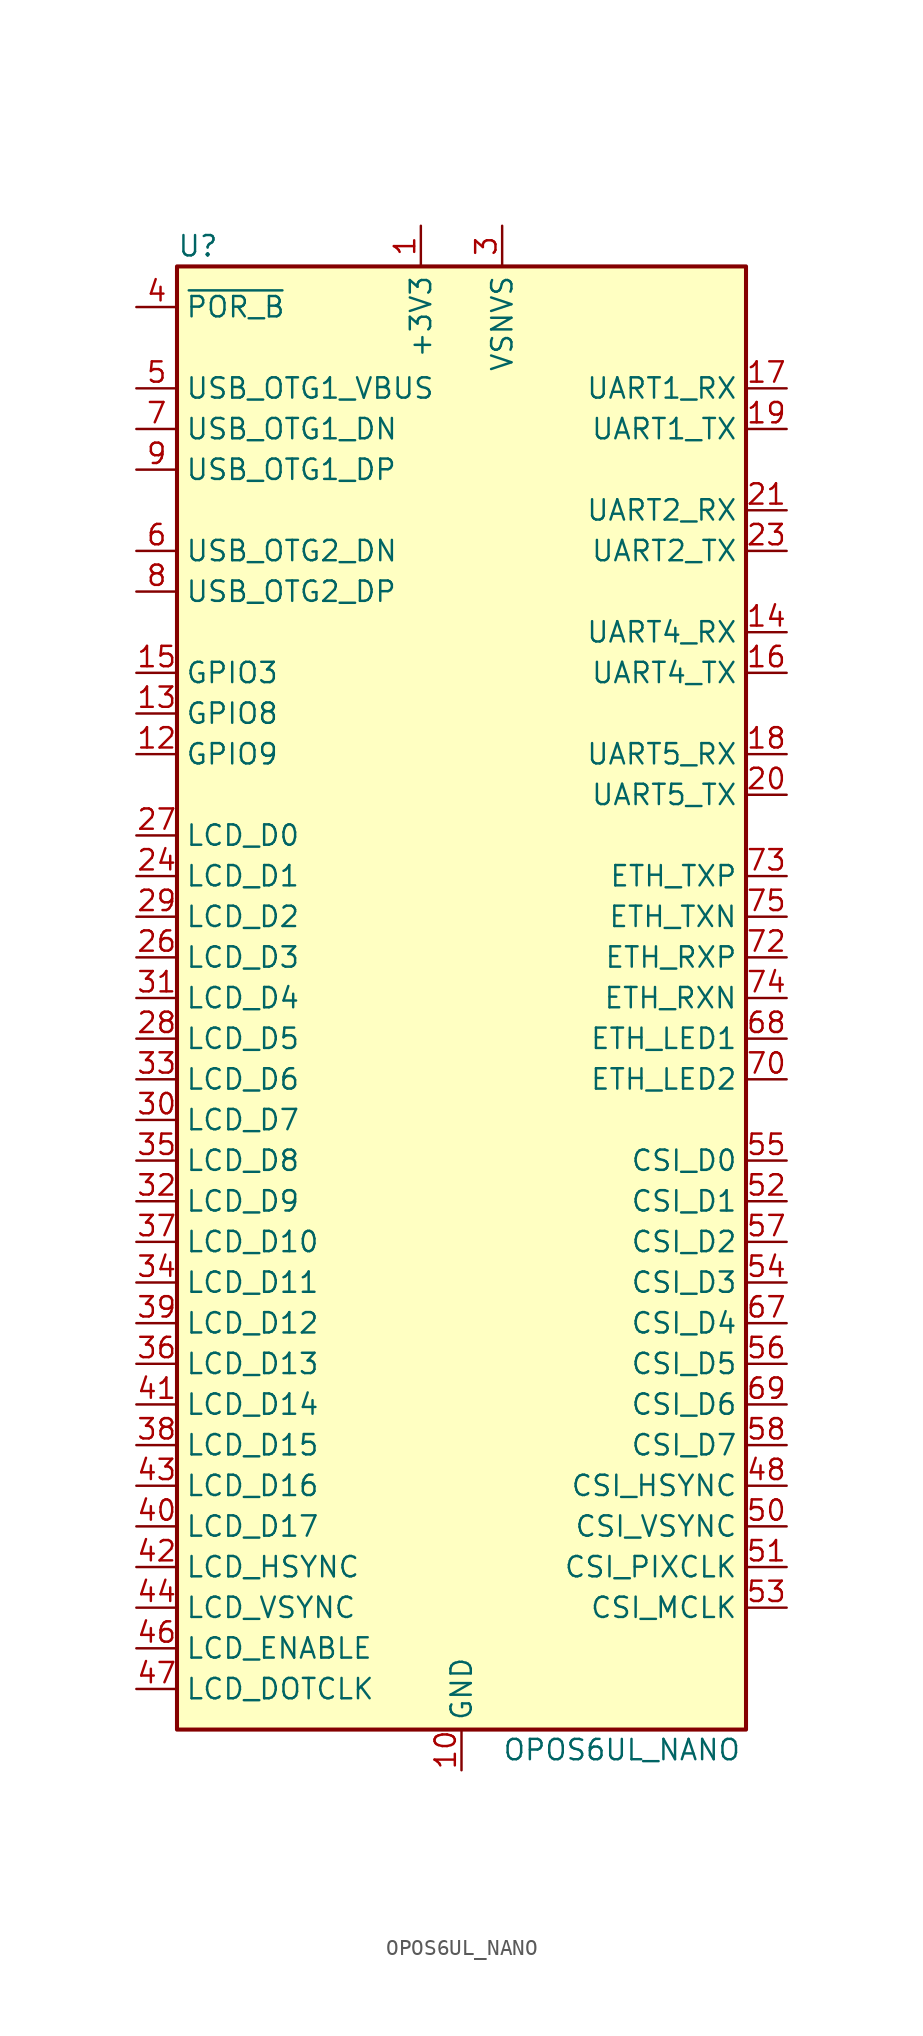
<source format=kicad_sym>
(kicad_symbol_lib
  (version 20241209)
  (generator "kicad_symbol_editor")
  (generator_version "9.0")
  (symbol "OPOS6UL_NANO"
    (property "Reference" "U"
      (at -17.78 46.99 0)
      (effects (font (size 1.27 1.27)) (justify left)))
    (property "Value" "OPOS6UL_NANO"
      (at 2.54 -46.99 0)
      (effects (font (size 1.27 1.27)) (justify left)))
    (symbol "OPOS6UL_NANO_0_1"
      (rectangle (start -17.78 45.72) (end 17.78 -45.72) (stroke (width 0.254) (type default)) (fill (type background))))
    (symbol "OPOS6UL_NANO_1_1"
      (pin input line (at -20.32 43.18 0) (length 2.54) (name "~{POR_B}" (effects (font (size 1.27 1.27)))) (number "4" (effects (font (size 1.27 1.27)))))
      (pin power_in line (at -20.32 38.1 0) (length 2.54) (name "USB_OTG1_VBUS" (effects (font (size 1.27 1.27)))) (number "5" (effects (font (size 1.27 1.27)))))
      (pin bidirectional line (at -20.32 35.56 0) (length 2.54) (name "USB_OTG1_DN" (effects (font (size 1.27 1.27)))) (number "7" (effects (font (size 1.27 1.27)))))
      (pin bidirectional line (at -20.32 33.02 0) (length 2.54) (name "USB_OTG1_DP" (effects (font (size 1.27 1.27)))) (number "9" (effects (font (size 1.27 1.27)))))
      (pin bidirectional line (at -20.32 27.94 0) (length 2.54) (name "USB_OTG2_DN" (effects (font (size 1.27 1.27)))) (number "6" (effects (font (size 1.27 1.27)))))
      (pin bidirectional line (at -20.32 25.4 0) (length 2.54) (name "USB_OTG2_DP" (effects (font (size 1.27 1.27)))) (number "8" (effects (font (size 1.27 1.27)))))
      (pin bidirectional line (at -20.32 20.32 0) (length 2.54) (name "GPIO3" (effects (font (size 1.27 1.27)))) (number "15" (effects (font (size 1.27 1.27)))))
      (pin bidirectional line (at -20.32 17.78 0) (length 2.54) (name "GPIO8" (effects (font (size 1.27 1.27)))) (number "13" (effects (font (size 1.27 1.27)))))
      (pin bidirectional line (at -20.32 15.24 0) (length 2.54) (name "GPIO9" (effects (font (size 1.27 1.27)))) (number "12" (effects (font (size 1.27 1.27)))))
      (pin bidirectional line (at -20.32 10.16 0) (length 2.54) (name "LCD_D0" (effects (font (size 1.27 1.27)))) (number "27" (effects (font (size 1.27 1.27)))))
      (pin bidirectional line (at -20.32 7.62 0) (length 2.54) (name "LCD_D1" (effects (font (size 1.27 1.27)))) (number "24" (effects (font (size 1.27 1.27)))))
      (pin bidirectional line (at -20.32 5.08 0) (length 2.54) (name "LCD_D2" (effects (font (size 1.27 1.27)))) (number "29" (effects (font (size 1.27 1.27)))))
      (pin bidirectional line (at -20.32 2.54 0) (length 2.54) (name "LCD_D3" (effects (font (size 1.27 1.27)))) (number "26" (effects (font (size 1.27 1.27)))))
      (pin bidirectional line (at -20.32 0 0) (length 2.54) (name "LCD_D4" (effects (font (size 1.27 1.27)))) (number "31" (effects (font (size 1.27 1.27)))))
      (pin bidirectional line (at -20.32 -2.54 0) (length 2.54) (name "LCD_D5" (effects (font (size 1.27 1.27)))) (number "28" (effects (font (size 1.27 1.27)))))
      (pin bidirectional line (at -20.32 -5.08 0) (length 2.54) (name "LCD_D6" (effects (font (size 1.27 1.27)))) (number "33" (effects (font (size 1.27 1.27)))))
      (pin bidirectional line (at -20.32 -7.62 0) (length 2.54) (name "LCD_D7" (effects (font (size 1.27 1.27)))) (number "30" (effects (font (size 1.27 1.27)))))
      (pin bidirectional line (at -20.32 -10.16 0) (length 2.54) (name "LCD_D8" (effects (font (size 1.27 1.27)))) (number "35" (effects (font (size 1.27 1.27)))))
      (pin bidirectional line (at -20.32 -12.7 0) (length 2.54) (name "LCD_D9" (effects (font (size 1.27 1.27)))) (number "32" (effects (font (size 1.27 1.27)))))
      (pin bidirectional line (at -20.32 -15.24 0) (length 2.54) (name "LCD_D10" (effects (font (size 1.27 1.27)))) (number "37" (effects (font (size 1.27 1.27)))))
      (pin bidirectional line (at -20.32 -17.78 0) (length 2.54) (name "LCD_D11" (effects (font (size 1.27 1.27)))) (number "34" (effects (font (size 1.27 1.27)))))
      (pin bidirectional line (at -20.32 -20.32 0) (length 2.54) (name "LCD_D12" (effects (font (size 1.27 1.27)))) (number "39" (effects (font (size 1.27 1.27)))))
      (pin bidirectional line (at -20.32 -22.86 0) (length 2.54) (name "LCD_D13" (effects (font (size 1.27 1.27)))) (number "36" (effects (font (size 1.27 1.27)))))
      (pin bidirectional line (at -20.32 -25.4 0) (length 2.54) (name "LCD_D14" (effects (font (size 1.27 1.27)))) (number "41" (effects (font (size 1.27 1.27)))))
      (pin bidirectional line (at -20.32 -27.94 0) (length 2.54) (name "LCD_D15" (effects (font (size 1.27 1.27)))) (number "38" (effects (font (size 1.27 1.27)))))
      (pin bidirectional line (at -20.32 -30.48 0) (length 2.54) (name "LCD_D16" (effects (font (size 1.27 1.27)))) (number "43" (effects (font (size 1.27 1.27)))))
      (pin bidirectional line (at -20.32 -33.02 0) (length 2.54) (name "LCD_D17" (effects (font (size 1.27 1.27)))) (number "40" (effects (font (size 1.27 1.27)))))
      (pin bidirectional line (at -20.32 -35.56 0) (length 2.54) (name "LCD_HSYNC" (effects (font (size 1.27 1.27)))) (number "42" (effects (font (size 1.27 1.27)))))
      (pin bidirectional line (at -20.32 -38.1 0) (length 2.54) (name "LCD_VSYNC" (effects (font (size 1.27 1.27)))) (number "44" (effects (font (size 1.27 1.27)))))
      (pin bidirectional line (at -20.32 -40.64 0) (length 2.54) (name "LCD_ENABLE" (effects (font (size 1.27 1.27)))) (number "46" (effects (font (size 1.27 1.27)))))
      (pin bidirectional line (at -20.32 -43.18 0) (length 2.54) (name "LCD_DOTCLK" (effects (font (size 1.27 1.27)))) (number "47" (effects (font (size 1.27 1.27)))))
      (pin power_in line (at -2.54 48.26 270) (length 2.54) (name "+3V3" (effects (font (size 1.27 1.27)))) (number "1" (effects (font (size 1.27 1.27)))))
      (pin passive line (at -2.54 48.26 270) (length 2.54) (hide yes) (name "+3V3" (effects (font (size 1.27 1.27)))) (number "2" (effects (font (size 1.27 1.27)))))
      (pin power_in line (at 0 -48.26 90) (length 2.54) (name "GND" (effects (font (size 1.27 1.27)))) (number "10" (effects (font (size 1.27 1.27)))))
      (pin passive line (at 0 -48.26 90) (length 2.54) (hide yes) (name "GND" (effects (font (size 1.27 1.27)))) (number "11" (effects (font (size 1.27 1.27)))))
      (pin passive line (at 0 -48.26 90) (length 2.54) (hide yes) (name "GND" (effects (font (size 1.27 1.27)))) (number "22" (effects (font (size 1.27 1.27)))))
      (pin passive line (at 0 -48.26 90) (length 2.54) (hide yes) (name "GND" (effects (font (size 1.27 1.27)))) (number "25" (effects (font (size 1.27 1.27)))))
      (pin passive line (at 0 -48.26 90) (length 2.54) (hide yes) (name "GND" (effects (font (size 1.27 1.27)))) (number "45" (effects (font (size 1.27 1.27)))))
      (pin passive line (at 0 -48.26 90) (length 2.54) (hide yes) (name "GND" (effects (font (size 1.27 1.27)))) (number "49" (effects (font (size 1.27 1.27)))))
      (pin passive line (at 0 -48.26 90) (length 2.54) (hide yes) (name "GND" (effects (font (size 1.27 1.27)))) (number "71" (effects (font (size 1.27 1.27)))))
      (pin power_in line (at 2.54 48.26 270) (length 2.54) (name "VSNVS" (effects (font (size 1.27 1.27)))) (number "3" (effects (font (size 1.27 1.27)))))
      (pin bidirectional line (at 20.32 38.1 180) (length 2.54) (name "UART1_RX" (effects (font (size 1.27 1.27)))) (number "17" (effects (font (size 1.27 1.27)))))
      (pin bidirectional line (at 20.32 35.56 180) (length 2.54) (name "UART1_TX" (effects (font (size 1.27 1.27)))) (number "19" (effects (font (size 1.27 1.27)))))
      (pin bidirectional line (at 20.32 30.48 180) (length 2.54) (name "UART2_RX" (effects (font (size 1.27 1.27)))) (number "21" (effects (font (size 1.27 1.27)))))
      (pin bidirectional line (at 20.32 27.94 180) (length 2.54) (name "UART2_TX" (effects (font (size 1.27 1.27)))) (number "23" (effects (font (size 1.27 1.27)))))
      (pin bidirectional line (at 20.32 22.86 180) (length 2.54) (name "UART4_RX" (effects (font (size 1.27 1.27)))) (number "14" (effects (font (size 1.27 1.27)))))
      (pin bidirectional line (at 20.32 20.32 180) (length 2.54) (name "UART4_TX" (effects (font (size 1.27 1.27)))) (number "16" (effects (font (size 1.27 1.27)))))
      (pin bidirectional line (at 20.32 15.24 180) (length 2.54) (name "UART5_RX" (effects (font (size 1.27 1.27)))) (number "18" (effects (font (size 1.27 1.27)))))
      (pin bidirectional line (at 20.32 12.7 180) (length 2.54) (name "UART5_TX" (effects (font (size 1.27 1.27)))) (number "20" (effects (font (size 1.27 1.27)))))
      (pin output line (at 20.32 7.62 180) (length 2.54) (name "ETH_TXP" (effects (font (size 1.27 1.27)))) (number "73" (effects (font (size 1.27 1.27)))))
      (pin output line (at 20.32 5.08 180) (length 2.54) (name "ETH_TXN" (effects (font (size 1.27 1.27)))) (number "75" (effects (font (size 1.27 1.27)))))
      (pin input line (at 20.32 2.54 180) (length 2.54) (name "ETH_RXP" (effects (font (size 1.27 1.27)))) (number "72" (effects (font (size 1.27 1.27)))))
      (pin input line (at 20.32 0 180) (length 2.54) (name "ETH_RXN" (effects (font (size 1.27 1.27)))) (number "74" (effects (font (size 1.27 1.27)))))
      (pin output line (at 20.32 -2.54 180) (length 2.54) (name "ETH_LED1" (effects (font (size 1.27 1.27)))) (number "68" (effects (font (size 1.27 1.27)))))
      (pin output line (at 20.32 -5.08 180) (length 2.54) (name "ETH_LED2" (effects (font (size 1.27 1.27)))) (number "70" (effects (font (size 1.27 1.27)))))
      (pin bidirectional line (at 20.32 -10.16 180) (length 2.54) (name "CSI_D0" (effects (font (size 1.27 1.27)))) (number "55" (effects (font (size 1.27 1.27)))))
      (pin bidirectional line (at 20.32 -12.7 180) (length 2.54) (name "CSI_D1" (effects (font (size 1.27 1.27)))) (number "52" (effects (font (size 1.27 1.27)))))
      (pin bidirectional line (at 20.32 -15.24 180) (length 2.54) (name "CSI_D2" (effects (font (size 1.27 1.27)))) (number "57" (effects (font (size 1.27 1.27)))))
      (pin bidirectional line (at 20.32 -17.78 180) (length 2.54) (name "CSI_D3" (effects (font (size 1.27 1.27)))) (number "54" (effects (font (size 1.27 1.27)))))
      (pin bidirectional line (at 20.32 -20.32 180) (length 2.54) (name "CSI_D4" (effects (font (size 1.27 1.27)))) (number "67" (effects (font (size 1.27 1.27)))))
      (pin bidirectional line (at 20.32 -22.86 180) (length 2.54) (name "CSI_D5" (effects (font (size 1.27 1.27)))) (number "56" (effects (font (size 1.27 1.27)))))
      (pin bidirectional line (at 20.32 -25.4 180) (length 2.54) (name "CSI_D6" (effects (font (size 1.27 1.27)))) (number "69" (effects (font (size 1.27 1.27)))))
      (pin bidirectional line (at 20.32 -27.94 180) (length 2.54) (name "CSI_D7" (effects (font (size 1.27 1.27)))) (number "58" (effects (font (size 1.27 1.27)))))
      (pin bidirectional line (at 20.32 -30.48 180) (length 2.54) (name "CSI_HSYNC" (effects (font (size 1.27 1.27)))) (number "48" (effects (font (size 1.27 1.27)))))
      (pin bidirectional line (at 20.32 -33.02 180) (length 2.54) (name "CSI_VSYNC" (effects (font (size 1.27 1.27)))) (number "50" (effects (font (size 1.27 1.27)))))
      (pin bidirectional line (at 20.32 -35.56 180) (length 2.54) (name "CSI_PIXCLK" (effects (font (size 1.27 1.27)))) (number "51" (effects (font (size 1.27 1.27)))))
      (pin bidirectional line (at 20.32 -38.1 180) (length 2.54) (name "CSI_MCLK" (effects (font (size 1.27 1.27)))) (number "53" (effects (font (size 1.27 1.27))))))))
</source>
